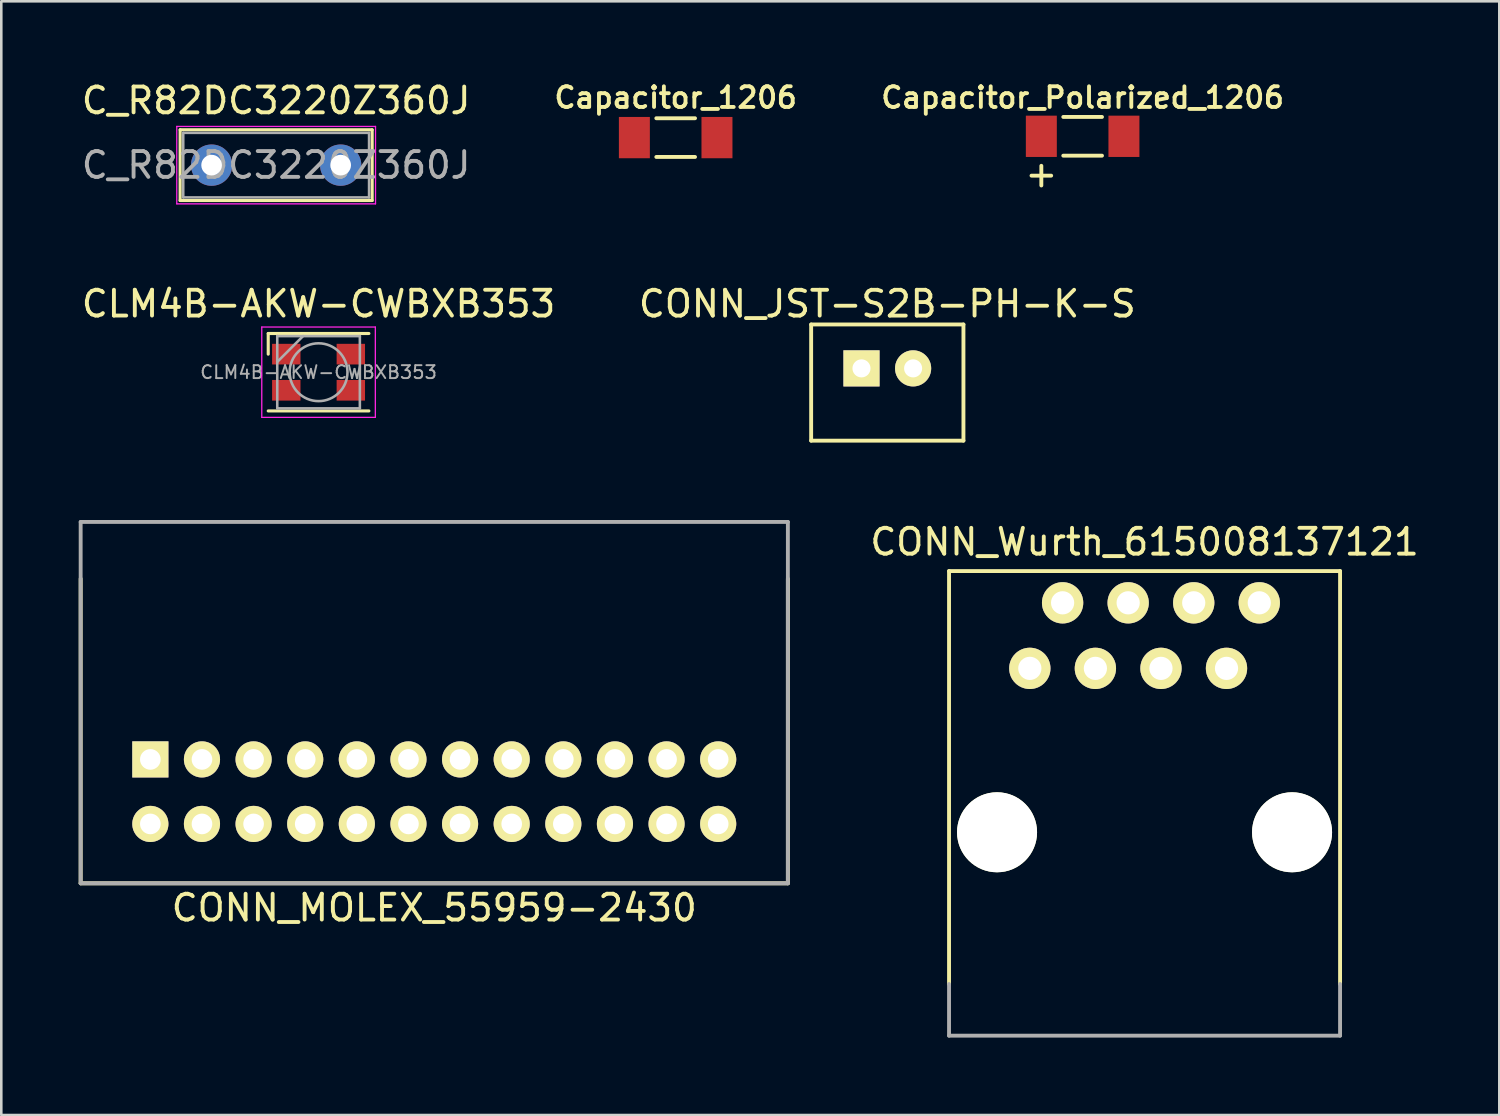
<source format=kicad_pcb>
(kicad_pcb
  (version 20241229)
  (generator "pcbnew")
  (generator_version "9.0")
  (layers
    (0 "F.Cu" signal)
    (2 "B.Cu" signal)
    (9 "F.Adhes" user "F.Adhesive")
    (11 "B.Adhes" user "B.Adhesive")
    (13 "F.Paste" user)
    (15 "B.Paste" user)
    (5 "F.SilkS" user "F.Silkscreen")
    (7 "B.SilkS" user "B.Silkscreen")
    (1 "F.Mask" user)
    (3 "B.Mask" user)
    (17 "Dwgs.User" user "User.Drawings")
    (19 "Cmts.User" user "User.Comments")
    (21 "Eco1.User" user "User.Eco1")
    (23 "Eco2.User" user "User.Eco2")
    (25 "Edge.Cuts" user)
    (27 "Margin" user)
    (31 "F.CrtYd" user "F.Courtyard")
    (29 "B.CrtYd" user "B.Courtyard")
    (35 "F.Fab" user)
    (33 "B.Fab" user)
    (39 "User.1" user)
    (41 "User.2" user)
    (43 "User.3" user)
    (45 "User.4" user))
  (footprint "CONN_Wurth_615008137121"
    (layer "F.Cu")
    (at 41.294 29.195)
    (property "Reference" "CONN_Wurth_615008137121" (at 0 -11.25 0) (layer "F.SilkS") (effects (font (size 1 1) (thickness 0.15))))
    (attr through_hole)
    (fp_line (start -7.575 -10.12) (end -7.575 5.88) (stroke (width 0.15) (type solid)) (layer "F.SilkS"))
    (fp_line (start -7.575 -10.12) (end 7.575 -10.12) (stroke (width 0.15) (type solid)) (layer "F.SilkS"))
    (fp_line (start 7.575 -10.12) (end 7.575 5.88) (stroke (width 0.15) (type solid)) (layer "F.SilkS"))
    (fp_line (start -7.575 5.88) (end -7.575 7.88) (stroke (width 0.15) (type solid)) (layer "F.Fab"))
    (fp_line (start -7.575 7.88) (end 7.575 7.88) (stroke (width 0.15) (type solid)) (layer "F.Fab"))
    (fp_line (start 7.575 5.88) (end 7.575 7.88) (stroke (width 0.15) (type solid)) (layer "F.Fab"))
    (pad "" np_thru_hole circle (at -5.715 0) (size 3.1 3.1) (drill 3.1) (layers "*.Cu" "*.Mask" "F.SilkS"))
    (pad "" np_thru_hole circle (at 5.715 0) (size 3.1 3.1) (drill 3.1) (layers "*.Cu" "*.Mask" "F.SilkS"))
    (pad "1" thru_hole circle (at -4.445 -6.35) (size 1.6 1.6) (drill 0.9) (layers "*.Cu" "*.Mask" "F.SilkS"))
    (pad "2" thru_hole circle (at -3.175 -8.89) (size 1.6 1.6) (drill 0.9) (layers "*.Cu" "*.Mask" "F.SilkS"))
    (pad "3" thru_hole circle (at -1.905 -6.35) (size 1.6 1.6) (drill 0.9) (layers "*.Cu" "*.Mask" "F.SilkS"))
    (pad "4" thru_hole circle (at -0.635 -8.89) (size 1.6 1.6) (drill 0.9) (layers "*.Cu" "*.Mask" "F.SilkS"))
    (pad "5" thru_hole circle (at 0.636 -6.35) (size 1.6 1.6) (drill 0.9) (layers "*.Cu" "*.Mask" "F.SilkS"))
    (pad "6" thru_hole circle (at 1.905 -8.89) (size 1.6 1.6) (drill 0.9) (layers "*.Cu" "*.Mask" "F.SilkS"))
    (pad "7" thru_hole circle (at 3.175 -6.35) (size 1.6 1.6) (drill 0.9) (layers "*.Cu" "*.Mask" "F.SilkS"))
    (pad "8" thru_hole circle (at 4.445 -8.89) (size 1.6 1.6) (drill 0.9) (layers "*.Cu" "*.Mask" "F.SilkS")))
  (footprint "CONN_MOLEX_55959-2430"
    (layer "F.Cu")
    (at 13.775 26.372)
    (property "Reference" "CONN_MOLEX_55959-2430" (at 0 5.75 0) (layer "F.SilkS") (effects (font (size 1 1) (thickness 0.15))))
    (attr through_hole)
    (fp_line (start -13.7 -7) (end -13.7 4.8) (stroke (width 0.15) (type solid)) (layer "F.SilkS"))
    (fp_line (start -13.7 4.8) (end 13.7 4.8) (stroke (width 0.15) (type solid)) (layer "F.SilkS"))
    (fp_line (start 13.7 4.8) (end 13.7 -7) (stroke (width 0.15) (type solid)) (layer "F.SilkS"))
    (fp_line (start -13.7 -9.2) (end -13.7 4.8) (stroke (width 0.15) (type solid)) (layer "F.Fab"))
    (fp_line (start -13.7 -9.2) (end 13.7 -9.2) (stroke (width 0.15) (type solid)) (layer "F.Fab"))
    (fp_line (start -13.7 4.8) (end 13.7 4.8) (stroke (width 0.15) (type solid)) (layer "F.Fab"))
    (fp_line (start 13.7 -9.2) (end 13.7 4.8) (stroke (width 0.15) (type solid)) (layer "F.Fab"))
    (pad "1" thru_hole rect (at -11 0) (size 1.4 1.4) (drill 0.8) (layers "*.Cu" "*.Mask" "F.SilkS"))
    (pad "2" thru_hole circle (at -11 2.5) (size 1.4 1.4) (drill 0.8) (layers "*.Cu" "*.Mask" "F.SilkS"))
    (pad "3" thru_hole circle (at -9 0) (size 1.4 1.4) (drill 0.8) (layers "*.Cu" "*.Mask" "F.SilkS"))
    (pad "4" thru_hole circle (at -9 2.5) (size 1.4 1.4) (drill 0.8) (layers "*.Cu" "*.Mask" "F.SilkS"))
    (pad "5" thru_hole circle (at -7 0) (size 1.4 1.4) (drill 0.8) (layers "*.Cu" "*.Mask" "F.SilkS"))
    (pad "6" thru_hole circle (at -7 2.5) (size 1.4 1.4) (drill 0.8) (layers "*.Cu" "*.Mask" "F.SilkS"))
    (pad "7" thru_hole circle (at -5 0) (size 1.4 1.4) (drill 0.8) (layers "*.Cu" "*.Mask" "F.SilkS"))
    (pad "8" thru_hole circle (at -5 2.5) (size 1.4 1.4) (drill 0.8) (layers "*.Cu" "*.Mask" "F.SilkS"))
    (pad "9" thru_hole circle (at -3 0) (size 1.4 1.4) (drill 0.8) (layers "*.Cu" "*.Mask" "F.SilkS"))
    (pad "10" thru_hole circle (at -3 2.5) (size 1.4 1.4) (drill 0.8) (layers "*.Cu" "*.Mask" "F.SilkS"))
    (pad "11" thru_hole circle (at -1 0) (size 1.4 1.4) (drill 0.8) (layers "*.Cu" "*.Mask" "F.SilkS"))
    (pad "12" thru_hole circle (at -1 2.5) (size 1.4 1.4) (drill 0.8) (layers "*.Cu" "*.Mask" "F.SilkS"))
    (pad "13" thru_hole circle (at 1 0) (size 1.4 1.4) (drill 0.8) (layers "*.Cu" "*.Mask" "F.SilkS"))
    (pad "14" thru_hole circle (at 1 2.5) (size 1.4 1.4) (drill 0.8) (layers "*.Cu" "*.Mask" "F.SilkS"))
    (pad "15" thru_hole circle (at 3 0) (size 1.4 1.4) (drill 0.8) (layers "*.Cu" "*.Mask" "F.SilkS"))
    (pad "16" thru_hole circle (at 3 2.5) (size 1.4 1.4) (drill 0.8) (layers "*.Cu" "*.Mask" "F.SilkS"))
    (pad "17" thru_hole circle (at 5 0) (size 1.4 1.4) (drill 0.8) (layers "*.Cu" "*.Mask" "F.SilkS"))
    (pad "18" thru_hole circle (at 5 2.5) (size 1.4 1.4) (drill 0.8) (layers "*.Cu" "*.Mask" "F.SilkS"))
    (pad "19" thru_hole circle (at 7 0) (size 1.4 1.4) (drill 0.8) (layers "*.Cu" "*.Mask" "F.SilkS"))
    (pad "20" thru_hole circle (at 7 2.5) (size 1.4 1.4) (drill 0.8) (layers "*.Cu" "*.Mask" "F.SilkS"))
    (pad "21" thru_hole circle (at 9 0) (size 1.4 1.4) (drill 0.8) (layers "*.Cu" "*.Mask" "F.SilkS"))
    (pad "22" thru_hole circle (at 9 2.5) (size 1.4 1.4) (drill 0.8) (layers "*.Cu" "*.Mask" "F.SilkS"))
    (pad "23" thru_hole circle (at 11 0) (size 1.4 1.4) (drill 0.8) (layers "*.Cu" "*.Mask" "F.SilkS"))
    (pad "24" thru_hole circle (at 11 2.5) (size 1.4 1.4) (drill 0.8) (layers "*.Cu" "*.Mask" "F.SilkS")))
  (footprint "CLM4B-AKW-CWBXB353"
    (layer "F.Cu")
    (at 9.292 11.371)
    (property "Reference" "CLM4B-AKW-CWBXB353" (at 0 -2.65 0) (layer "F.SilkS") (effects (font (size 1 1) (thickness 0.15))))
    (attr smd)
    (fp_line (start -1.95 -1.5) (end 1.95 -1.5) (stroke (width 0.12) (type solid)) (layer "F.SilkS"))
    (fp_line (start -1.95 -0.7) (end -1.95 -1.5) (stroke (width 0.12) (type solid)) (layer "F.SilkS"))
    (fp_line (start -1.95 1.5) (end 1.95 1.5) (stroke (width 0.12) (type solid)) (layer "F.SilkS"))
    (fp_line (start -2.2 -1.75) (end -2.2 1.75) (stroke (width 0.05) (type solid)) (layer "F.CrtYd"))
    (fp_line (start -2.2 1.75) (end 2.2 1.75) (stroke (width 0.05) (type solid)) (layer "F.CrtYd"))
    (fp_line (start 2.2 -1.75) (end -2.2 -1.75) (stroke (width 0.05) (type solid)) (layer "F.CrtYd"))
    (fp_line (start 2.2 1.75) (end 2.2 -1.75) (stroke (width 0.05) (type solid)) (layer "F.CrtYd"))
    (fp_line (start -1.6 -1.4) (end -1.6 1.4) (stroke (width 0.1) (type solid)) (layer "F.Fab"))
    (fp_line (start -1.6 1.4) (end 1.6 1.4) (stroke (width 0.1) (type solid)) (layer "F.Fab"))
    (fp_line (start -0.6 -1.4) (end -1.6 -0.4) (stroke (width 0.1) (type solid)) (layer "F.Fab"))
    (fp_line (start 1.6 -1.4) (end -1.6 -1.4) (stroke (width 0.1) (type solid)) (layer "F.Fab"))
    (fp_line (start 1.6 1.4) (end 1.6 -1.4) (stroke (width 0.1) (type solid)) (layer "F.Fab"))
    (fp_circle (center 0 0) (end 1.12 0) (stroke (width 0.1) (type solid)) (fill no) (layer "F.Fab"))
    (fp_text user "${REFERENCE}" (at 0 0 0) (layer "F.Fab") (effects (font (size 0.5 0.5) (thickness 0.075))))
    (pad "A" smd rect (at -1.25 -0.7) (size 1.1 0.8) (layers "F.Cu" "F.Mask" "F.Paste"))
    (pad "A" smd rect (at -1.25 0.7) (size 1.1 0.8) (layers "F.Cu" "F.Mask" "F.Paste"))
    (pad "A" smd rect (at 1.25 0.7) (size 1.1 0.8) (layers "F.Cu" "F.Mask" "F.Paste"))
    (pad "K" smd rect (at 1.25 -0.7) (size 1.1 0.8) (layers "F.Cu" "F.Mask" "F.Paste")))
  (footprint "Capacitor_Polarized_1206"
    (layer "F.Cu")
    (at 38.895 2.231)
    (property "Reference" "Capacitor_Polarized_1206" (at 0 -1.5 0) (layer "F.SilkS") (effects (font (size 0.8 0.8) (thickness 0.15))))
    (attr through_hole)
    (fp_line (start -0.75 -0.75) (end 0.75 -0.75) (stroke (width 0.15) (type solid)) (layer "F.SilkS"))
    (fp_line (start -0.75 0.75) (end 0.75 0.75) (stroke (width 0.15) (type solid)) (layer "F.SilkS"))
    (fp_text user "+" (at -1.6 1.45 0) (layer "F.SilkS") (effects (font (size 1 1) (thickness 0.15))))
    (pad "1" smd rect (at -1.6 0) (size 1.2 1.6) (layers "F.Cu" "F.Mask" "F.Paste"))
    (pad "2" smd rect (at 1.6 0) (size 1.2 1.6) (layers "F.Cu" "F.Mask" "F.Paste")))
  (footprint "Capacitor_1206"
    (layer "F.Cu")
    (at 23.128 2.281)
    (property "Reference" "Capacitor_1206" (at 0 -1.55 0) (layer "F.SilkS") (effects (font (size 0.8 0.8) (thickness 0.15))))
    (attr through_hole)
    (fp_line (start -0.75 -0.75) (end 0.75 -0.75) (stroke (width 0.15) (type solid)) (layer "F.SilkS"))
    (fp_line (start -0.75 0.75) (end 0.75 0.75) (stroke (width 0.15) (type solid)) (layer "F.SilkS"))
    (pad "1" smd rect (at -1.6 0) (size 1.2 1.6) (layers "F.Cu" "F.Mask" "F.Paste"))
    (pad "2" smd rect (at 1.6 0) (size 1.2 1.6) (layers "F.Cu" "F.Mask" "F.Paste")))
  (footprint "CONN_JST-S2B-PH-K-S"
    (layer "F.Cu")
    (at 31.327 11.222)
    (property "Reference" "CONN_JST-S2B-PH-K-S" (at 0 -2.5 0) (layer "F.SilkS") (effects (font (size 1 1) (thickness 0.15))))
    (attr through_hole)
    (fp_line (start -2.95 2.8) (end -2.95 -1.7) (stroke (width 0.15) (type solid)) (layer "F.SilkS"))
    (fp_line (start 2.95 -1.7) (end -2.95 -1.7) (stroke (width 0.15) (type solid)) (layer "F.SilkS"))
    (fp_line (start 2.95 2.8) (end -2.95 2.8) (stroke (width 0.15) (type solid)) (layer "F.SilkS"))
    (fp_line (start 2.95 2.8) (end 2.95 -1.7) (stroke (width 0.15) (type solid)) (layer "F.SilkS"))
    (pad "1" thru_hole rect (at -1 0 180) (size 1.4 1.4) (drill 0.7) (layers "*.Cu" "*.Mask" "F.SilkS"))
    (pad "2" thru_hole circle (at 1 0 180) (size 1.4 1.4) (drill 0.7) (layers "*.Cu" "*.Mask" "F.SilkS")))
  (footprint "C_R82DC3220Z360J"
    (layer "F.Cu")
    (at 5.149 3.348)
    (property "Reference" "C_R82DC3220Z360J" (at 2.5 -2.5 0) (layer "F.SilkS") (effects (font (size 1 1) (thickness 0.15))))
    (attr through_hole)
    (fp_line (start -1.22 -1.37) (end -1.22 1.37) (stroke (width 0.12) (type solid)) (layer "F.SilkS"))
    (fp_line (start -1.22 -1.37) (end 6.22 -1.37) (stroke (width 0.12) (type solid)) (layer "F.SilkS"))
    (fp_line (start -1.22 1.37) (end 6.22 1.37) (stroke (width 0.12) (type solid)) (layer "F.SilkS"))
    (fp_line (start 6.22 -1.37) (end 6.22 1.37) (stroke (width 0.12) (type solid)) (layer "F.SilkS"))
    (fp_line (start -1.35 -1.5) (end -1.35 1.5) (stroke (width 0.05) (type solid)) (layer "F.CrtYd"))
    (fp_line (start -1.35 1.5) (end 6.35 1.5) (stroke (width 0.05) (type solid)) (layer "F.CrtYd"))
    (fp_line (start 6.35 -1.5) (end -1.35 -1.5) (stroke (width 0.05) (type solid)) (layer "F.CrtYd"))
    (fp_line (start 6.35 1.5) (end 6.35 -1.5) (stroke (width 0.05) (type solid)) (layer "F.CrtYd"))
    (fp_line (start -1.1 -1.25) (end -1.1 1.25) (stroke (width 0.1) (type solid)) (layer "F.Fab"))
    (fp_line (start -1.1 1.25) (end 6.1 1.25) (stroke (width 0.1) (type solid)) (layer "F.Fab"))
    (fp_line (start 6.1 -1.25) (end -1.1 -1.25) (stroke (width 0.1) (type solid)) (layer "F.Fab"))
    (fp_line (start 6.1 1.25) (end 6.1 -1.25) (stroke (width 0.1) (type solid)) (layer "F.Fab"))
    (fp_text user "${REFERENCE}" (at 2.5 0 0) (layer "F.Fab") (effects (font (size 1 1) (thickness 0.15))))
    (pad "1" thru_hole circle (at 0 0) (size 1.6 1.6) (drill 0.8) (layers "*.Cu" "*.Mask"))
    (pad "2" thru_hole circle (at 5 0) (size 1.6 1.6) (drill 0.8) (layers "*.Cu" "*.Mask")))
  (gr_rect
    (start -3 -3)
    (end 55.038 40.15)
    (stroke (width 0.1) (type default))
    (fill no)
    (layer "Edge.Cuts")))
</source>
